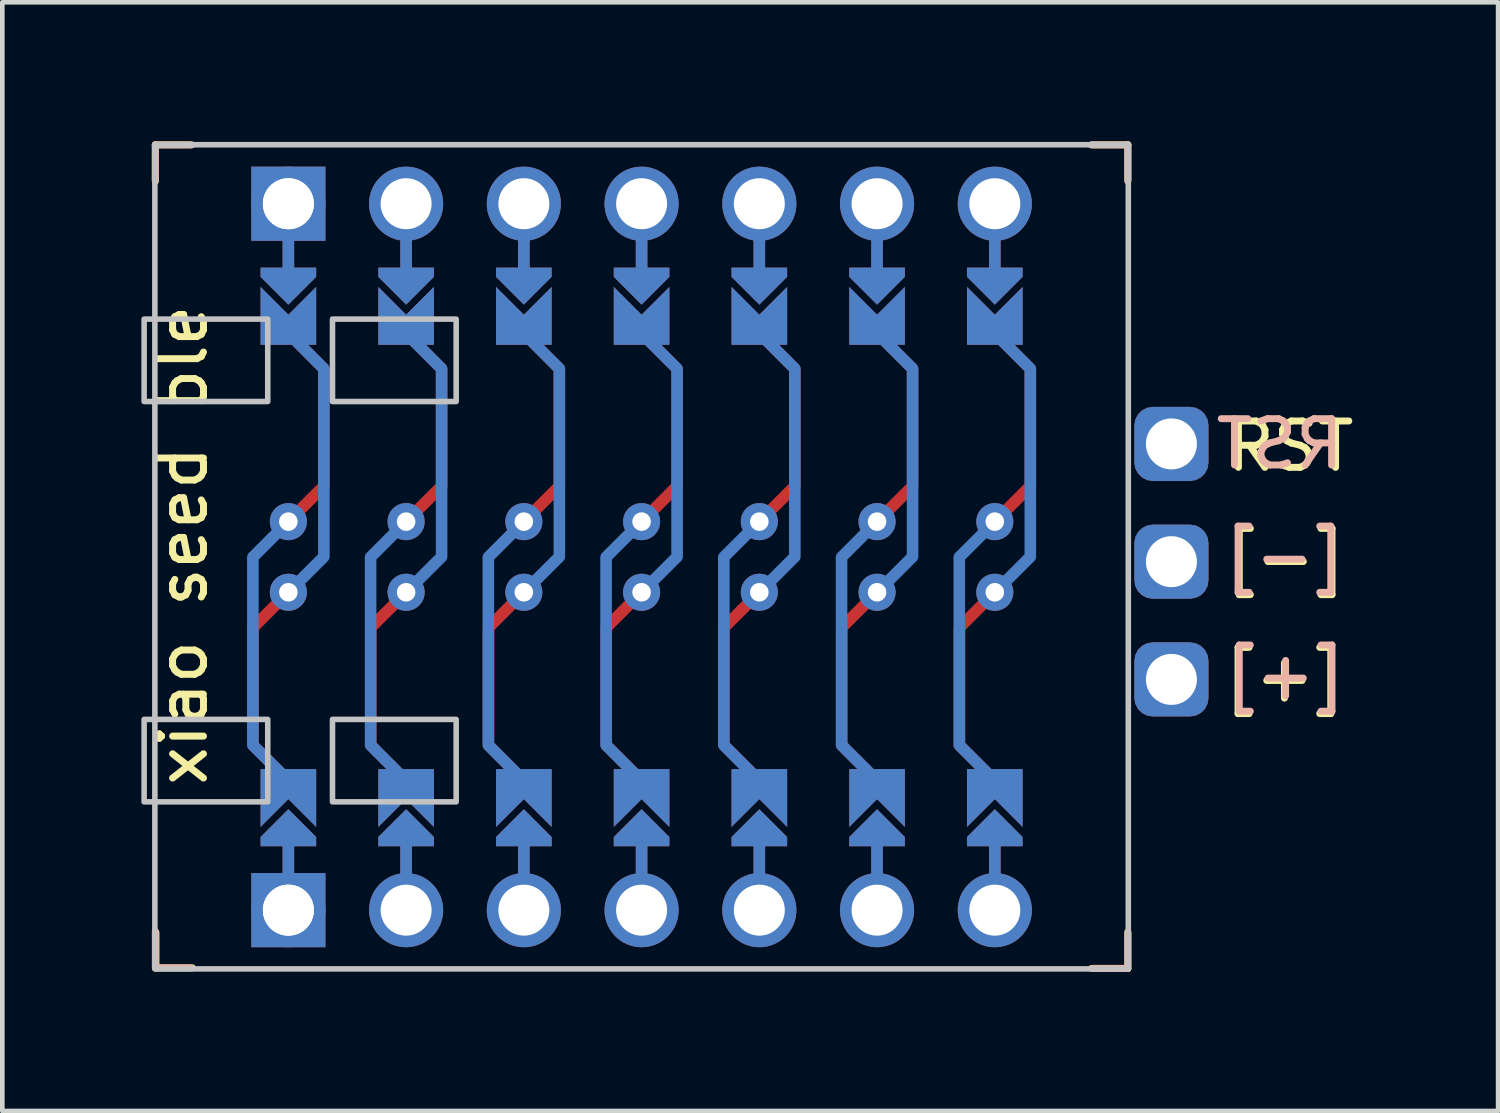
<source format=kicad_pcb>
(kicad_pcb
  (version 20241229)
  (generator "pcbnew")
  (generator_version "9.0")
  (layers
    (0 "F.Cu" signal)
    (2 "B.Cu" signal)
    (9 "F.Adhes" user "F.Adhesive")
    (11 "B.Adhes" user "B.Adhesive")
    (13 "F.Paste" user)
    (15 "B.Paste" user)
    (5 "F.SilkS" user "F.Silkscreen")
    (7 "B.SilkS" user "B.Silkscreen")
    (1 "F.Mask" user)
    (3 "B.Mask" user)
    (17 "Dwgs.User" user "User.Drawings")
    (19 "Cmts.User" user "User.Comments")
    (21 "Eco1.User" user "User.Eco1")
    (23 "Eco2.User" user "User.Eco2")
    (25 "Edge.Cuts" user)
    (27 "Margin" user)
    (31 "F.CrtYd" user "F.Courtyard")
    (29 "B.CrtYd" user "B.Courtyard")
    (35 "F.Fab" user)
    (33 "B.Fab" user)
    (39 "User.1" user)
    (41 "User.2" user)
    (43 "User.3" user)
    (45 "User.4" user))
  (footprint "xiao seed ble"
    (layer "F.Cu")
    (at 10.791 8.965)
    (property "Reference" "xiao seed ble" (at -9.906 -0.254 90) (layer "F.SilkS") (effects (font (size 1 1) (thickness 0.15))))
    (attr through_hole)
    (fp_circle (center -7.62 -0.762) (end -7.495 -0.762) (stroke (width 0.25) (type solid)) (fill no) (layer "F.Mask"))
    (fp_circle (center -7.62 0.762) (end -7.495 0.762) (stroke (width 0.25) (type solid)) (fill no) (layer "F.Mask"))
    (fp_circle (center -5.08 -0.762) (end -4.955 -0.762) (stroke (width 0.25) (type solid)) (fill no) (layer "F.Mask"))
    (fp_circle (center -5.08 0.762) (end -4.955 0.762) (stroke (width 0.25) (type solid)) (fill no) (layer "F.Mask"))
    (fp_circle (center -2.54 -0.762) (end -2.415 -0.762) (stroke (width 0.25) (type solid)) (fill no) (layer "F.Mask"))
    (fp_circle (center -2.54 0.762) (end -2.415 0.762) (stroke (width 0.25) (type solid)) (fill no) (layer "F.Mask"))
    (fp_circle (center 0 -0.762) (end 0.125 -0.762) (stroke (width 0.25) (type solid)) (fill no) (layer "F.Mask"))
    (fp_circle (center 0 0.762) (end 0.125 0.762) (stroke (width 0.25) (type solid)) (fill no) (layer "F.Mask"))
    (fp_circle (center 2.54 -0.762) (end 2.665 -0.762) (stroke (width 0.25) (type solid)) (fill no) (layer "F.Mask"))
    (fp_circle (center 2.54 0.762) (end 2.665 0.762) (stroke (width 0.25) (type solid)) (fill no) (layer "F.Mask"))
    (fp_circle (center 5.08 -0.762) (end 5.205 -0.762) (stroke (width 0.25) (type solid)) (fill no) (layer "F.Mask"))
    (fp_circle (center 5.08 0.762) (end 5.205 0.762) (stroke (width 0.25) (type solid)) (fill no) (layer "F.Mask"))
    (fp_circle (center 7.62 -0.762) (end 7.745 -0.762) (stroke (width 0.25) (type solid)) (fill no) (layer "F.Mask"))
    (fp_circle (center 7.62 0.762) (end 7.745 0.762) (stroke (width 0.25) (type solid)) (fill no) (layer "F.Mask"))
    (fp_poly (pts (xy -8.128 5.08) (xy -7.112 5.08) (xy -7.112 6.096) (xy -8.128 6.096)) (stroke (width 0.1) (type solid)) (fill yes) (layer "F.Mask"))
    (fp_poly (pts (xy -7.112 -5.08) (xy -8.128 -5.08) (xy -8.128 -6.096) (xy -7.112 -6.096)) (stroke (width 0.1) (type solid)) (fill yes) (layer "F.Mask"))
    (fp_poly (pts (xy -5.588 5.08) (xy -4.572 5.08) (xy -4.572 6.096) (xy -5.588 6.096)) (stroke (width 0.1) (type solid)) (fill yes) (layer "F.Mask"))
    (fp_poly (pts (xy -4.572 -5.08) (xy -5.588 -5.08) (xy -5.588 -6.096) (xy -4.572 -6.096)) (stroke (width 0.1) (type solid)) (fill yes) (layer "F.Mask"))
    (fp_poly (pts (xy -3.048 5.08) (xy -2.032 5.08) (xy -2.032 6.096) (xy -3.048 6.096)) (stroke (width 0.1) (type solid)) (fill yes) (layer "F.Mask"))
    (fp_poly (pts (xy -2.032 -5.08) (xy -3.048 -5.08) (xy -3.048 -6.096) (xy -2.032 -6.096)) (stroke (width 0.1) (type solid)) (fill yes) (layer "F.Mask"))
    (fp_poly (pts (xy -0.508 5.08) (xy 0.508 5.08) (xy 0.508 6.096) (xy -0.508 6.096)) (stroke (width 0.1) (type solid)) (fill yes) (layer "F.Mask"))
    (fp_poly (pts (xy 0.508 -5.08) (xy -0.508 -5.08) (xy -0.508 -6.096) (xy 0.508 -6.096)) (stroke (width 0.1) (type solid)) (fill yes) (layer "F.Mask"))
    (fp_poly (pts (xy 2.032 5.08) (xy 3.048 5.08) (xy 3.048 6.096) (xy 2.032 6.096)) (stroke (width 0.1) (type solid)) (fill yes) (layer "F.Mask"))
    (fp_poly (pts (xy 3.048 -5.08) (xy 2.032 -5.08) (xy 2.032 -6.096) (xy 3.048 -6.096)) (stroke (width 0.1) (type solid)) (fill yes) (layer "F.Mask"))
    (fp_poly (pts (xy 4.572 5.08) (xy 5.588 5.08) (xy 5.588 6.096) (xy 4.572 6.096)) (stroke (width 0.1) (type solid)) (fill yes) (layer "F.Mask"))
    (fp_poly (pts (xy 5.588 -5.08) (xy 4.572 -5.08) (xy 4.572 -6.096) (xy 5.588 -6.096)) (stroke (width 0.1) (type solid)) (fill yes) (layer "F.Mask"))
    (fp_poly (pts (xy 7.112 5.08) (xy 8.128 5.08) (xy 8.128 6.096) (xy 7.112 6.096)) (stroke (width 0.1) (type solid)) (fill yes) (layer "F.Mask"))
    (fp_poly (pts (xy 8.128 -5.08) (xy 7.112 -5.08) (xy 7.112 -6.096) (xy 8.128 -6.096)) (stroke (width 0.1) (type solid)) (fill yes) (layer "F.Mask"))
    (fp_circle (center -7.62 -0.762) (end -7.495 -0.762) (stroke (width 0.25) (type solid)) (fill no) (layer "B.Mask"))
    (fp_circle (center -7.62 0.762) (end -7.495 0.762) (stroke (width 0.25) (type solid)) (fill no) (layer "B.Mask"))
    (fp_circle (center -5.08 -0.762) (end -4.955 -0.762) (stroke (width 0.25) (type solid)) (fill no) (layer "B.Mask"))
    (fp_circle (center -5.08 0.762) (end -4.955 0.762) (stroke (width 0.25) (type solid)) (fill no) (layer "B.Mask"))
    (fp_circle (center -2.54 -0.762) (end -2.415 -0.762) (stroke (width 0.25) (type solid)) (fill no) (layer "B.Mask"))
    (fp_circle (center -2.54 0.762) (end -2.415 0.762) (stroke (width 0.25) (type solid)) (fill no) (layer "B.Mask"))
    (fp_circle (center 0 -0.762) (end 0.125 -0.762) (stroke (width 0.25) (type solid)) (fill no) (layer "B.Mask"))
    (fp_circle (center 0 0.762) (end 0.125 0.762) (stroke (width 0.25) (type solid)) (fill no) (layer "B.Mask"))
    (fp_circle (center 2.54 -0.762) (end 2.665 -0.762) (stroke (width 0.25) (type solid)) (fill no) (layer "B.Mask"))
    (fp_circle (center 2.54 0.762) (end 2.665 0.762) (stroke (width 0.25) (type solid)) (fill no) (layer "B.Mask"))
    (fp_circle (center 5.08 -0.762) (end 5.205 -0.762) (stroke (width 0.25) (type solid)) (fill no) (layer "B.Mask"))
    (fp_circle (center 5.08 0.762) (end 5.205 0.762) (stroke (width 0.25) (type solid)) (fill no) (layer "B.Mask"))
    (fp_circle (center 7.62 -0.762) (end 7.745 -0.762) (stroke (width 0.25) (type solid)) (fill no) (layer "B.Mask"))
    (fp_circle (center 7.62 0.762) (end 7.745 0.762) (stroke (width 0.25) (type solid)) (fill no) (layer "B.Mask"))
    (fp_poly (pts (xy -8.128 5.08) (xy -7.112 5.08) (xy -7.112 6.096) (xy -8.128 6.096)) (stroke (width 0.1) (type solid)) (fill yes) (layer "B.Mask"))
    (fp_poly (pts (xy -7.112 -5.08) (xy -8.128 -5.08) (xy -8.128 -6.096) (xy -7.112 -6.096)) (stroke (width 0.1) (type solid)) (fill yes) (layer "B.Mask"))
    (fp_poly (pts (xy -5.588 5.08) (xy -4.572 5.08) (xy -4.572 6.096) (xy -5.588 6.096)) (stroke (width 0.1) (type solid)) (fill yes) (layer "B.Mask"))
    (fp_poly (pts (xy -4.572 -5.08) (xy -5.588 -5.08) (xy -5.588 -6.096) (xy -4.572 -6.096)) (stroke (width 0.1) (type solid)) (fill yes) (layer "B.Mask"))
    (fp_poly (pts (xy -3.048 5.08) (xy -2.032 5.08) (xy -2.032 6.096) (xy -3.048 6.096)) (stroke (width 0.1) (type solid)) (fill yes) (layer "B.Mask"))
    (fp_poly (pts (xy -2.032 -5.08) (xy -3.048 -5.08) (xy -3.048 -6.096) (xy -2.032 -6.096)) (stroke (width 0.1) (type solid)) (fill yes) (layer "B.Mask"))
    (fp_poly (pts (xy -0.508 5.08) (xy 0.508 5.08) (xy 0.508 6.096) (xy -0.508 6.096)) (stroke (width 0.1) (type solid)) (fill yes) (layer "B.Mask"))
    (fp_poly (pts (xy 0.508 -5.08) (xy -0.508 -5.08) (xy -0.508 -6.096) (xy 0.508 -6.096)) (stroke (width 0.1) (type solid)) (fill yes) (layer "B.Mask"))
    (fp_poly (pts (xy 2.032 5.08) (xy 3.048 5.08) (xy 3.048 6.096) (xy 2.032 6.096)) (stroke (width 0.1) (type solid)) (fill yes) (layer "B.Mask"))
    (fp_poly (pts (xy 3.048 -5.08) (xy 2.032 -5.08) (xy 2.032 -6.096) (xy 3.048 -6.096)) (stroke (width 0.1) (type solid)) (fill yes) (layer "B.Mask"))
    (fp_poly (pts (xy 4.572 5.08) (xy 5.588 5.08) (xy 5.588 6.096) (xy 4.572 6.096)) (stroke (width 0.1) (type solid)) (fill yes) (layer "B.Mask"))
    (fp_poly (pts (xy 5.588 -5.08) (xy 4.572 -5.08) (xy 4.572 -6.096) (xy 5.588 -6.096)) (stroke (width 0.1) (type solid)) (fill yes) (layer "B.Mask"))
    (fp_poly (pts (xy 7.112 5.08) (xy 8.128 5.08) (xy 8.128 6.096) (xy 7.112 6.096)) (stroke (width 0.1) (type solid)) (fill yes) (layer "B.Mask"))
    (fp_poly (pts (xy 8.128 -5.08) (xy 7.112 -5.08) (xy 7.112 -6.096) (xy 8.128 -6.096)) (stroke (width 0.1) (type solid)) (fill yes) (layer "B.Mask"))
    (fp_line (start -10.49 -8.89) (end -10.49 -8.103) (stroke (width 0.15) (type solid)) (layer "F.SilkS"))
    (fp_line (start -10.477 8.103) (end -10.477 8.865) (stroke (width 0.15) (type solid)) (layer "F.SilkS"))
    (fp_line (start -10.477 8.865) (end -9.69 8.865) (stroke (width 0.15) (type solid)) (layer "F.SilkS"))
    (fp_line (start -9.728 -8.89) (end -10.49 -8.89) (stroke (width 0.15) (type solid)) (layer "F.SilkS"))
    (fp_line (start 9.728 8.877) (end 10.49 8.877) (stroke (width 0.15) (type solid)) (layer "F.SilkS"))
    (fp_line (start 10.49 -8.89) (end 9.703 -8.89) (stroke (width 0.15) (type solid)) (layer "F.SilkS"))
    (fp_line (start 10.49 -8.128) (end 10.49 -8.89) (stroke (width 0.15) (type solid)) (layer "F.SilkS"))
    (fp_line (start 10.49 8.877) (end 10.49 8.09) (stroke (width 0.15) (type solid)) (layer "F.SilkS"))
    (fp_line (start -10.49 -8.89) (end -9.703 -8.89) (stroke (width 0.15) (type solid)) (layer "B.SilkS"))
    (fp_line (start -10.49 -8.128) (end -10.49 -8.89) (stroke (width 0.15) (type solid)) (layer "B.SilkS"))
    (fp_line (start -10.49 8.865) (end -10.49 8.077) (stroke (width 0.15) (type solid)) (layer "B.SilkS"))
    (fp_line (start -9.728 8.865) (end -10.49 8.865) (stroke (width 0.15) (type solid)) (layer "B.SilkS"))
    (fp_line (start 9.728 -8.89) (end 10.49 -8.89) (stroke (width 0.15) (type solid)) (layer "B.SilkS"))
    (fp_line (start 10.49 8.115) (end 10.49 8.877) (stroke (width 0.15) (type solid)) (layer "B.SilkS"))
    (fp_line (start 10.49 8.877) (end 9.702 8.877) (stroke (width 0.15) (type solid)) (layer "B.SilkS"))
    (fp_line (start 10.49 -8.89) (end 10.49 -8.103) (stroke (width 0.15) (type solid)) (layer "B.SilkS"))
    (fp_rect (start -10.732 -3.353) (end -8.065 -5.131) (stroke (width 0.12) (type solid)) (fill no) (layer "Dwgs.User"))
    (fp_rect (start -8.065 3.505) (end -10.732 5.283) (stroke (width 0.12) (type solid)) (fill no) (layer "Dwgs.User"))
    (fp_rect (start -6.668 -3.353) (end -4 -5.131) (stroke (width 0.12) (type solid)) (fill no) (layer "Dwgs.User"))
    (fp_rect (start -6.668 5.283) (end -4 3.505) (stroke (width 0.12) (type solid)) (fill no) (layer "Dwgs.User"))
    (fp_rect (start 10.5 8.887) (end -10.5 -8.893) (stroke (width 0.12) (type solid)) (fill no) (layer "Dwgs.User"))
    (fp_text user "[-]" (at 13.894 0.025 0) (layer "F.SilkS") (effects (font (size 1 1) (thickness 0.15))))
    (fp_text user "RST" (at 13.995 -2.388 180) (layer "F.SilkS") (effects (font (size 1 1) (thickness 0.15))))
    (fp_text user "[+]" (at 13.868 2.591 0) (layer "F.SilkS") (effects (font (size 1 1) (thickness 0.15))))
    (fp_text user "RST" (at 13.767 -2.438 180) (layer "B.SilkS") (effects (font (size 1 1) (thickness 0.15)) (justify mirror)))
    (fp_text user "[+]" (at 13.894 2.54 0) (layer "B.SilkS") (effects (font (size 1 1) (thickness 0.15)) (justify mirror)))
    (fp_text user "[-]" (at 13.868 -0.025 0) (layer "B.SilkS") (effects (font (size 1 1) (thickness 0.15)) (justify mirror)))
    (pad "" thru_hole circle (at -7.62 -7.62) (size 1.6 1.6) (drill 1.1) (layers "*.Cu" "*.Mask"))
    (pad "" thru_hole rect (at -7.62 -7.62) (size 1.6 1.6) (drill 1.1) (layers "B.Cu" "B.Mask"))
    (pad "" smd custom (at -7.62 -6.35) (size 0.25 1) (layers "F.Cu") (options (anchor rect)) (primitives))
    (pad "" smd custom (at -7.62 -6.35) (size 0.25 1) (layers "B.Cu") (options (anchor rect)) (primitives))
    (pad "" smd custom (at -7.62 -5.842) (size 0.1 0.1) (layers "F.Cu" "F.Mask") (options (anchor rect)) (primitives (gr_poly (pts (xy 0.6 -0.4) (xy -0.6 -0.4) (xy -0.6 -0.2) (xy 0 0.4) (xy 0.6 -0.2)) (width 0) (fill yes))))
    (pad "" smd custom (at -7.62 -5.842) (size 0.1 0.1) (layers "B.Cu" "B.Mask") (options (anchor rect)) (primitives (gr_poly (pts (xy 0.6 -0.4) (xy -0.6 -0.4) (xy -0.6 -0.2) (xy 0 0.4) (xy 0.6 -0.2)) (width 0) (fill yes))))
    (pad "" smd custom (at -7.62 5.842 180) (size 0.1 0.1) (layers "F.Cu" "F.Mask") (options (anchor rect)) (primitives (gr_poly (pts (xy 0.6 -0.4) (xy -0.6 -0.4) (xy -0.6 -0.2) (xy 0 0.4) (xy 0.6 -0.2)) (width 0) (fill yes))))
    (pad "" smd custom (at -7.62 5.842 180) (size 0.1 0.1) (layers "B.Cu" "B.Mask") (options (anchor rect)) (primitives (gr_poly (pts (xy 0.6 -0.4) (xy -0.6 -0.4) (xy -0.6 -0.2) (xy 0 0.4) (xy 0.6 -0.2)) (width 0) (fill yes))))
    (pad "" smd custom (at -7.62 6.35 180) (size 0.25 1) (layers "F.Cu") (options (anchor rect)) (primitives))
    (pad "" smd custom (at -7.62 6.35 180) (size 0.25 1) (layers "B.Cu") (options (anchor rect)) (primitives))
    (pad "" thru_hole circle (at -7.62 7.62) (size 1.6 1.6) (drill 1.1) (layers "*.Cu" "*.Mask"))
    (pad "" thru_hole rect (at -7.62 7.62) (size 1.6 1.6) (drill 1.1) (layers "F.Cu" "F.Mask"))
    (pad "" thru_hole circle (at -5.08 -7.62) (size 1.6 1.6) (drill 1.1) (layers "*.Cu" "*.Mask"))
    (pad "" smd custom (at -5.08 -6.35) (size 0.25 1) (layers "F.Cu") (options (anchor rect)) (primitives))
    (pad "" smd custom (at -5.08 -6.35) (size 0.25 1) (layers "B.Cu") (options (anchor rect)) (primitives))
    (pad "" smd custom (at -5.08 -5.842) (size 0.1 0.1) (layers "F.Cu" "F.Mask") (options (anchor rect)) (primitives (gr_poly (pts (xy 0.6 -0.4) (xy -0.6 -0.4) (xy -0.6 -0.2) (xy 0 0.4) (xy 0.6 -0.2)) (width 0) (fill yes))))
    (pad "" smd custom (at -5.08 -5.842) (size 0.1 0.1) (layers "B.Cu" "B.Mask") (options (anchor rect)) (primitives (gr_poly (pts (xy 0.6 -0.4) (xy -0.6 -0.4) (xy -0.6 -0.2) (xy 0 0.4) (xy 0.6 -0.2)) (width 0) (fill yes))))
    (pad "" smd custom (at -5.08 5.842 180) (size 0.1 0.1) (layers "F.Cu" "F.Mask") (options (anchor rect)) (primitives (gr_poly (pts (xy 0.6 -0.4) (xy -0.6 -0.4) (xy -0.6 -0.2) (xy 0 0.4) (xy 0.6 -0.2)) (width 0) (fill yes))))
    (pad "" smd custom (at -5.08 5.842 180) (size 0.1 0.1) (layers "B.Cu" "B.Mask") (options (anchor rect)) (primitives (gr_poly (pts (xy 0.6 -0.4) (xy -0.6 -0.4) (xy -0.6 -0.2) (xy 0 0.4) (xy 0.6 -0.2)) (width 0) (fill yes))))
    (pad "" smd custom (at -5.08 6.35 180) (size 0.25 1) (layers "F.Cu") (options (anchor rect)) (primitives))
    (pad "" smd custom (at -5.08 6.35 180) (size 0.25 1) (layers "B.Cu") (options (anchor rect)) (primitives))
    (pad "" thru_hole circle (at -5.08 7.62) (size 1.6 1.6) (drill 1.1) (layers "*.Cu" "*.Mask"))
    (pad "" thru_hole circle (at -2.54 -7.62) (size 1.6 1.6) (drill 1.1) (layers "*.Cu" "*.Mask"))
    (pad "" smd custom (at -2.54 -6.35) (size 0.25 1) (layers "F.Cu") (options (anchor rect)) (primitives))
    (pad "" smd custom (at -2.54 -6.35) (size 0.25 1) (layers "B.Cu") (options (anchor rect)) (primitives))
    (pad "" smd custom (at -2.54 -5.842) (size 0.1 0.1) (layers "F.Cu" "F.Mask") (options (anchor rect)) (primitives (gr_poly (pts (xy 0.6 -0.4) (xy -0.6 -0.4) (xy -0.6 -0.2) (xy 0 0.4) (xy 0.6 -0.2)) (width 0) (fill yes))))
    (pad "" smd custom (at -2.54 -5.842) (size 0.1 0.1) (layers "B.Cu" "B.Mask") (options (anchor rect)) (primitives (gr_poly (pts (xy 0.6 -0.4) (xy -0.6 -0.4) (xy -0.6 -0.2) (xy 0 0.4) (xy 0.6 -0.2)) (width 0) (fill yes))))
    (pad "" smd custom (at -2.54 5.842 180) (size 0.1 0.1) (layers "F.Cu" "F.Mask") (options (anchor rect)) (primitives (gr_poly (pts (xy 0.6 -0.4) (xy -0.6 -0.4) (xy -0.6 -0.2) (xy 0 0.4) (xy 0.6 -0.2)) (width 0) (fill yes))))
    (pad "" smd custom (at -2.54 5.842 180) (size 0.1 0.1) (layers "B.Cu" "B.Mask") (options (anchor rect)) (primitives (gr_poly (pts (xy 0.6 -0.4) (xy -0.6 -0.4) (xy -0.6 -0.2) (xy 0 0.4) (xy 0.6 -0.2)) (width 0) (fill yes))))
    (pad "" smd custom (at -2.54 6.35 180) (size 0.25 1) (layers "F.Cu") (options (anchor rect)) (primitives))
    (pad "" smd custom (at -2.54 6.35 180) (size 0.25 1) (layers "B.Cu") (options (anchor rect)) (primitives))
    (pad "" thru_hole circle (at -2.54 7.62) (size 1.6 1.6) (drill 1.1) (layers "*.Cu" "*.Mask"))
    (pad "" thru_hole circle (at 0 -7.62) (size 1.6 1.6) (drill 1.1) (layers "*.Cu" "*.Mask"))
    (pad "" smd custom (at 0 -6.35) (size 0.25 1) (layers "F.Cu") (options (anchor rect)) (primitives))
    (pad "" smd custom (at 0 -6.35) (size 0.25 1) (layers "B.Cu") (options (anchor rect)) (primitives))
    (pad "" smd custom (at 0 -5.842) (size 0.1 0.1) (layers "F.Cu" "F.Mask") (options (anchor rect)) (primitives (gr_poly (pts (xy 0.6 -0.4) (xy -0.6 -0.4) (xy -0.6 -0.2) (xy 0 0.4) (xy 0.6 -0.2)) (width 0) (fill yes))))
    (pad "" smd custom (at 0 -5.842) (size 0.1 0.1) (layers "B.Cu" "B.Mask") (options (anchor rect)) (primitives (gr_poly (pts (xy 0.6 -0.4) (xy -0.6 -0.4) (xy -0.6 -0.2) (xy 0 0.4) (xy 0.6 -0.2)) (width 0) (fill yes))))
    (pad "" smd custom (at 0 5.842 180) (size 0.1 0.1) (layers "F.Cu" "F.Mask") (options (anchor rect)) (primitives (gr_poly (pts (xy 0.6 -0.4) (xy -0.6 -0.4) (xy -0.6 -0.2) (xy 0 0.4) (xy 0.6 -0.2)) (width 0) (fill yes))))
    (pad "" smd custom (at 0 5.842 180) (size 0.1 0.1) (layers "B.Cu" "B.Mask") (options (anchor rect)) (primitives (gr_poly (pts (xy 0.6 -0.4) (xy -0.6 -0.4) (xy -0.6 -0.2) (xy 0 0.4) (xy 0.6 -0.2)) (width 0) (fill yes))))
    (pad "" smd custom (at 0 6.35 180) (size 0.25 1) (layers "F.Cu") (options (anchor rect)) (primitives))
    (pad "" smd custom (at 0 6.35 180) (size 0.25 1) (layers "B.Cu") (options (anchor rect)) (primitives))
    (pad "" thru_hole circle (at 0 7.62) (size 1.6 1.6) (drill 1.1) (layers "*.Cu" "*.Mask"))
    (pad "" thru_hole circle (at 2.54 -7.62) (size 1.6 1.6) (drill 1.1) (layers "*.Cu" "*.Mask"))
    (pad "" smd custom (at 2.54 -6.35) (size 0.25 1) (layers "F.Cu") (options (anchor rect)) (primitives))
    (pad "" smd custom (at 2.54 -6.35) (size 0.25 1) (layers "B.Cu") (options (anchor rect)) (primitives))
    (pad "" smd custom (at 2.54 -5.842) (size 0.1 0.1) (layers "F.Cu" "F.Mask") (options (anchor rect)) (primitives (gr_poly (pts (xy 0.6 -0.4) (xy -0.6 -0.4) (xy -0.6 -0.2) (xy 0 0.4) (xy 0.6 -0.2)) (width 0) (fill yes))))
    (pad "" smd custom (at 2.54 -5.842) (size 0.1 0.1) (layers "B.Cu" "B.Mask") (options (anchor rect)) (primitives (gr_poly (pts (xy 0.6 -0.4) (xy -0.6 -0.4) (xy -0.6 -0.2) (xy 0 0.4) (xy 0.6 -0.2)) (width 0) (fill yes))))
    (pad "" smd custom (at 2.54 5.842 180) (size 0.1 0.1) (layers "F.Cu" "F.Mask") (options (anchor rect)) (primitives (gr_poly (pts (xy 0.6 -0.4) (xy -0.6 -0.4) (xy -0.6 -0.2) (xy 0 0.4) (xy 0.6 -0.2)) (width 0) (fill yes))))
    (pad "" smd custom (at 2.54 5.842 180) (size 0.1 0.1) (layers "B.Cu" "B.Mask") (options (anchor rect)) (primitives (gr_poly (pts (xy 0.6 -0.4) (xy -0.6 -0.4) (xy -0.6 -0.2) (xy 0 0.4) (xy 0.6 -0.2)) (width 0) (fill yes))))
    (pad "" smd custom (at 2.54 6.35 180) (size 0.25 1) (layers "F.Cu") (options (anchor rect)) (primitives))
    (pad "" smd custom (at 2.54 6.35 180) (size 0.25 1) (layers "B.Cu") (options (anchor rect)) (primitives))
    (pad "" thru_hole circle (at 2.54 7.62) (size 1.6 1.6) (drill 1.1) (layers "*.Cu" "*.Mask"))
    (pad "" thru_hole circle (at 5.08 -7.62) (size 1.6 1.6) (drill 1.1) (layers "*.Cu" "*.Mask"))
    (pad "" smd custom (at 5.08 -6.35) (size 0.25 1) (layers "F.Cu") (options (anchor rect)) (primitives))
    (pad "" smd custom (at 5.08 -6.35) (size 0.25 1) (layers "B.Cu") (options (anchor rect)) (primitives))
    (pad "" smd custom (at 5.08 -5.842) (size 0.1 0.1) (layers "F.Cu" "F.Mask") (options (anchor rect)) (primitives (gr_poly (pts (xy 0.6 -0.4) (xy -0.6 -0.4) (xy -0.6 -0.2) (xy 0 0.4) (xy 0.6 -0.2)) (width 0) (fill yes))))
    (pad "" smd custom (at 5.08 -5.842) (size 0.1 0.1) (layers "B.Cu" "B.Mask") (options (anchor rect)) (primitives (gr_poly (pts (xy 0.6 -0.4) (xy -0.6 -0.4) (xy -0.6 -0.2) (xy 0 0.4) (xy 0.6 -0.2)) (width 0) (fill yes))))
    (pad "" smd custom (at 5.08 5.842 180) (size 0.1 0.1) (layers "F.Cu" "F.Mask") (options (anchor rect)) (primitives (gr_poly (pts (xy 0.6 -0.4) (xy -0.6 -0.4) (xy -0.6 -0.2) (xy 0 0.4) (xy 0.6 -0.2)) (width 0) (fill yes))))
    (pad "" smd custom (at 5.08 5.842 180) (size 0.1 0.1) (layers "B.Cu" "B.Mask") (options (anchor rect)) (primitives (gr_poly (pts (xy 0.6 -0.4) (xy -0.6 -0.4) (xy -0.6 -0.2) (xy 0 0.4) (xy 0.6 -0.2)) (width 0) (fill yes))))
    (pad "" smd custom (at 5.08 6.35 180) (size 0.25 1) (layers "F.Cu") (options (anchor rect)) (primitives))
    (pad "" smd custom (at 5.08 6.35 180) (size 0.25 1) (layers "B.Cu") (options (anchor rect)) (primitives))
    (pad "" thru_hole circle (at 5.08 7.62) (size 1.6 1.6) (drill 1.1) (layers "*.Cu" "*.Mask"))
    (pad "" thru_hole circle (at 7.62 -7.62) (size 1.6 1.6) (drill 1.1) (layers "*.Cu" "*.Mask"))
    (pad "" smd custom (at 7.62 -6.35) (size 0.25 1) (layers "F.Cu") (options (anchor rect)) (primitives))
    (pad "" smd custom (at 7.62 -6.35) (size 0.25 1) (layers "B.Cu") (options (anchor rect)) (primitives))
    (pad "" smd custom (at 7.62 -5.842) (size 0.1 0.1) (layers "F.Cu" "F.Mask") (options (anchor rect)) (primitives (gr_poly (pts (xy 0.6 -0.4) (xy -0.6 -0.4) (xy -0.6 -0.2) (xy 0 0.4) (xy 0.6 -0.2)) (width 0) (fill yes))))
    (pad "" smd custom (at 7.62 -5.842) (size 0.1 0.1) (layers "B.Cu" "B.Mask") (options (anchor rect)) (primitives (gr_poly (pts (xy 0.6 -0.4) (xy -0.6 -0.4) (xy -0.6 -0.2) (xy 0 0.4) (xy 0.6 -0.2)) (width 0) (fill yes))))
    (pad "" smd custom (at 7.62 5.842 180) (size 0.1 0.1) (layers "F.Cu" "F.Mask") (options (anchor rect)) (primitives (gr_poly (pts (xy 0.6 -0.4) (xy -0.6 -0.4) (xy -0.6 -0.2) (xy 0 0.4) (xy 0.6 -0.2)) (width 0) (fill yes))))
    (pad "" smd custom (at 7.62 5.842 180) (size 0.1 0.1) (layers "B.Cu" "B.Mask") (options (anchor rect)) (primitives (gr_poly (pts (xy 0.6 -0.4) (xy -0.6 -0.4) (xy -0.6 -0.2) (xy 0 0.4) (xy 0.6 -0.2)) (width 0) (fill yes))))
    (pad "" smd custom (at 7.62 6.35 180) (size 0.25 1) (layers "F.Cu") (options (anchor rect)) (primitives))
    (pad "" smd custom (at 7.62 6.35 180) (size 0.25 1) (layers "B.Cu") (options (anchor rect)) (primitives))
    (pad "" thru_hole circle (at 7.62 7.62) (size 1.6 1.6) (drill 1.1) (layers "*.Cu" "*.Mask"))
    (pad "1" smd custom (at -7.62 -4.826) (size 1.2 0.5) (layers "F.Cu" "F.Mask") (options (anchor rect)) (primitives (gr_poly (pts (xy 0.6 0) (xy -0.6 0) (xy -0.6 -1) (xy 0 -0.4) (xy 0.6 -1)) (width 0) (fill yes))))
    (pad "1" smd custom (at -7.62 -0.762) (size 0.25 0.25) (layers "F.Cu") (options (anchor circle)) (primitives (gr_line (start 0 0) (end 0.766 -0.766) (width 0.25)) (gr_line (start 0.766 -0.766) (end 0.766 -3.298) (width 0.25)) (gr_line (start 0.766 -3.298) (end 0 -4.064) (width 0.25))))
    (pad "1" smd custom (at -7.62 -0.762) (size 0.25 0.25) (layers "B.Cu") (options (anchor circle)) (primitives (gr_line (start 0 0) (end -0.766 0.766) (width 0.25)) (gr_line (start -0.766 0.766) (end -0.766 4.822) (width 0.25)) (gr_line (start -0.766 4.822) (end 0 5.588) (width 0.25))))
    (pad "1" thru_hole circle (at -7.62 -0.762 180) (size 0.8 0.8) (drill 0.4) (layers "*.Cu"))
    (pad "1" smd custom (at -7.62 4.826 180) (size 1.2 0.5) (layers "B.Cu" "B.Mask") (options (anchor rect)) (primitives (gr_poly (pts (xy 0.6 0) (xy -0.6 0) (xy -0.6 -1) (xy 0 -0.4) (xy 0.6 -1)) (width 0) (fill yes))))
    (pad "2" smd custom (at -5.08 -4.826) (size 1.2 0.5) (layers "F.Cu" "F.Mask") (options (anchor rect)) (primitives (gr_poly (pts (xy 0.6 0) (xy -0.6 0) (xy -0.6 -1) (xy 0 -0.4) (xy 0.6 -1)) (width 0) (fill yes))))
    (pad "2" smd custom (at -5.08 -0.762) (size 0.25 0.25) (layers "F.Cu") (options (anchor circle)) (primitives (gr_line (start 0 0) (end 0.766 -0.766) (width 0.25)) (gr_line (start 0.766 -0.766) (end 0.766 -3.298) (width 0.25)) (gr_line (start 0.766 -3.298) (end 0 -4.064) (width 0.25))))
    (pad "2" smd custom (at -5.08 -0.762) (size 0.25 0.25) (layers "B.Cu") (options (anchor circle)) (primitives (gr_line (start 0 0) (end -0.766 0.766) (width 0.25)) (gr_line (start -0.766 0.766) (end -0.766 4.822) (width 0.25)) (gr_line (start -0.766 4.822) (end 0 5.588) (width 0.25))))
    (pad "2" thru_hole circle (at -5.08 -0.762 180) (size 0.8 0.8) (drill 0.4) (layers "*.Cu"))
    (pad "2" smd custom (at -5.08 4.826 180) (size 1.2 0.5) (layers "B.Cu" "B.Mask") (options (anchor rect)) (primitives (gr_poly (pts (xy 0.6 0) (xy -0.6 0) (xy -0.6 -1) (xy 0 -0.4) (xy 0.6 -1)) (width 0) (fill yes))))
    (pad "3" smd custom (at -2.54 -4.826) (size 1.2 0.5) (layers "F.Cu" "F.Mask") (options (anchor rect)) (primitives (gr_poly (pts (xy 0.6 0) (xy -0.6 0) (xy -0.6 -1) (xy 0 -0.4) (xy 0.6 -1)) (width 0) (fill yes))))
    (pad "3" smd custom (at -2.54 -0.762) (size 0.25 0.25) (layers "F.Cu") (options (anchor circle)) (primitives (gr_line (start 0 0) (end 0.766 -0.766) (width 0.25)) (gr_line (start 0.766 -0.766) (end 0.766 -3.298) (width 0.25)) (gr_line (start 0.766 -3.298) (end 0 -4.064) (width 0.25))))
    (pad "3" smd custom (at -2.54 -0.762) (size 0.25 0.25) (layers "B.Cu") (options (anchor circle)) (primitives (gr_line (start 0 0) (end -0.766 0.766) (width 0.25)) (gr_line (start -0.766 0.766) (end -0.766 4.822) (width 0.25)) (gr_line (start -0.766 4.822) (end 0 5.588) (width 0.25))))
    (pad "3" thru_hole circle (at -2.54 -0.762 180) (size 0.8 0.8) (drill 0.4) (layers "*.Cu"))
    (pad "3" smd custom (at -2.54 4.826 180) (size 1.2 0.5) (layers "B.Cu" "B.Mask") (options (anchor rect)) (primitives (gr_poly (pts (xy 0.6 0) (xy -0.6 0) (xy -0.6 -1) (xy 0 -0.4) (xy 0.6 -1)) (width 0) (fill yes))))
    (pad "4" smd custom (at 0 -4.826) (size 1.2 0.5) (layers "F.Cu" "F.Mask") (options (anchor rect)) (primitives (gr_poly (pts (xy 0.6 0) (xy -0.6 0) (xy -0.6 -1) (xy 0 -0.4) (xy 0.6 -1)) (width 0) (fill yes))))
    (pad "4" smd custom (at 0 -0.762) (size 0.25 0.25) (layers "F.Cu") (options (anchor circle)) (primitives (gr_line (start 0 0) (end 0.766 -0.766) (width 0.25)) (gr_line (start 0.766 -0.766) (end 0.766 -3.298) (width 0.25)) (gr_line (start 0.766 -3.298) (end 0 -4.064) (width 0.25))))
    (pad "4" smd custom (at 0 -0.762) (size 0.25 0.25) (layers "B.Cu") (options (anchor circle)) (primitives (gr_line (start 0 0) (end -0.766 0.766) (width 0.25)) (gr_line (start -0.766 0.766) (end -0.766 4.822) (width 0.25)) (gr_line (start -0.766 4.822) (end 0 5.588) (width 0.25))))
    (pad "4" thru_hole circle (at 0 -0.762 180) (size 0.8 0.8) (drill 0.4) (layers "*.Cu"))
    (pad "4" smd custom (at 0 4.826 180) (size 1.2 0.5) (layers "B.Cu" "B.Mask") (options (anchor rect)) (primitives (gr_poly (pts (xy 0.6 0) (xy -0.6 0) (xy -0.6 -1) (xy 0 -0.4) (xy 0.6 -1)) (width 0) (fill yes))))
    (pad "5" smd custom (at 2.54 -4.826) (size 1.2 0.5) (layers "F.Cu" "F.Mask") (options (anchor rect)) (primitives (gr_poly (pts (xy 0.6 0) (xy -0.6 0) (xy -0.6 -1) (xy 0 -0.4) (xy 0.6 -1)) (width 0) (fill yes))))
    (pad "5" smd custom (at 2.54 -0.762) (size 0.25 0.25) (layers "F.Cu") (options (anchor circle)) (primitives (gr_line (start 0 0) (end 0.766 -0.766) (width 0.25)) (gr_line (start 0.766 -0.766) (end 0.766 -3.298) (width 0.25)) (gr_line (start 0.766 -3.298) (end 0 -4.064) (width 0.25))))
    (pad "5" smd custom (at 2.54 -0.762) (size 0.25 0.25) (layers "B.Cu") (options (anchor circle)) (primitives (gr_line (start 0 0) (end -0.766 0.766) (width 0.25)) (gr_line (start -0.766 0.766) (end -0.766 4.822) (width 0.25)) (gr_line (start -0.766 4.822) (end 0 5.588) (width 0.25))))
    (pad "5" thru_hole circle (at 2.54 -0.762 180) (size 0.8 0.8) (drill 0.4) (layers "*.Cu"))
    (pad "5" smd custom (at 2.54 4.826 180) (size 1.2 0.5) (layers "B.Cu" "B.Mask") (options (anchor rect)) (primitives (gr_poly (pts (xy 0.6 0) (xy -0.6 0) (xy -0.6 -1) (xy 0 -0.4) (xy 0.6 -1)) (width 0) (fill yes))))
    (pad "6" smd custom (at 5.08 -4.826) (size 1.2 0.5) (layers "F.Cu" "F.Mask") (options (anchor rect)) (primitives (gr_poly (pts (xy 0.6 0) (xy -0.6 0) (xy -0.6 -1) (xy 0 -0.4) (xy 0.6 -1)) (width 0) (fill yes))))
    (pad "6" smd custom (at 5.08 -0.762) (size 0.25 0.25) (layers "F.Cu") (options (anchor circle)) (primitives (gr_line (start 0 0) (end 0.766 -0.766) (width 0.25)) (gr_line (start 0.766 -0.766) (end 0.766 -3.298) (width 0.25)) (gr_line (start 0.766 -3.298) (end 0 -4.064) (width 0.25))))
    (pad "6" smd custom (at 5.08 -0.762) (size 0.25 0.25) (layers "B.Cu") (options (anchor circle)) (primitives (gr_line (start 0 0) (end -0.766 0.766) (width 0.25)) (gr_line (start -0.766 0.766) (end -0.766 4.822) (width 0.25)) (gr_line (start -0.766 4.822) (end 0 5.588) (width 0.25))))
    (pad "6" thru_hole circle (at 5.08 -0.762 180) (size 0.8 0.8) (drill 0.4) (layers "*.Cu"))
    (pad "6" smd custom (at 5.08 4.826 180) (size 1.2 0.5) (layers "B.Cu" "B.Mask") (options (anchor rect)) (primitives (gr_poly (pts (xy 0.6 0) (xy -0.6 0) (xy -0.6 -1) (xy 0 -0.4) (xy 0.6 -1)) (width 0) (fill yes))))
    (pad "7" smd custom (at 7.62 -4.826) (size 1.2 0.5) (layers "F.Cu" "F.Mask") (options (anchor rect)) (primitives (gr_poly (pts (xy 0.6 0) (xy -0.6 0) (xy -0.6 -1) (xy 0 -0.4) (xy 0.6 -1)) (width 0) (fill yes))))
    (pad "7" smd custom (at 7.62 -0.762) (size 0.25 0.25) (layers "F.Cu") (options (anchor circle)) (primitives (gr_line (start 0 0) (end 0.766 -0.766) (width 0.25)) (gr_line (start 0.766 -0.766) (end 0.766 -3.298) (width 0.25)) (gr_line (start 0.766 -3.298) (end 0 -4.064) (width 0.25))))
    (pad "7" smd custom (at 7.62 -0.762) (size 0.25 0.25) (layers "B.Cu") (options (anchor circle)) (primitives (gr_line (start 0 0) (end -0.766 0.766) (width 0.25)) (gr_line (start -0.766 0.766) (end -0.766 4.822) (width 0.25)) (gr_line (start -0.766 4.822) (end 0 5.588) (width 0.25))))
    (pad "7" thru_hole circle (at 7.62 -0.762 180) (size 0.8 0.8) (drill 0.4) (layers "*.Cu"))
    (pad "7" smd custom (at 7.62 4.826 180) (size 1.2 0.5) (layers "B.Cu" "B.Mask") (options (anchor rect)) (primitives (gr_poly (pts (xy 0.6 0) (xy -0.6 0) (xy -0.6 -1) (xy 0 -0.4) (xy 0.6 -1)) (width 0) (fill yes))))
    (pad "8" smd custom (at 7.62 -4.826) (size 1.2 0.5) (layers "B.Cu" "B.Mask") (options (anchor rect)) (primitives (gr_poly (pts (xy 0.6 0) (xy -0.6 0) (xy -0.6 -1) (xy 0 -0.4) (xy 0.6 -1)) (width 0) (fill yes))))
    (pad "8" smd custom (at 7.62 0.762 180) (size 0.25 0.25) (layers "F.Cu") (options (anchor circle)) (primitives (gr_line (start 0 0) (end 0.762 -0.762) (width 0.25)) (gr_line (start 0.762 -0.762) (end 0.762 -3.302) (width 0.25)) (gr_line (start 0.762 -3.302) (end 0 -4.064) (width 0.25))))
    (pad "8" smd custom (at 7.62 0.762 180) (size 0.25 0.25) (layers "B.Cu") (options (anchor circle)) (primitives (gr_line (start 0 0) (end -0.766 0.766) (width 0.25)) (gr_line (start -0.766 0.766) (end -0.766 4.822) (width 0.25)) (gr_line (start -0.766 4.822) (end 0 5.588) (width 0.25))))
    (pad "8" thru_hole circle (at 7.62 0.762 180) (size 0.8 0.8) (drill 0.4) (layers "*.Cu"))
    (pad "8" smd custom (at 7.62 4.826 180) (size 1.2 0.5) (layers "F.Cu" "F.Mask") (options (anchor rect)) (primitives (gr_poly (pts (xy 0.6 0) (xy -0.6 0) (xy -0.6 -1) (xy 0 -0.4) (xy 0.6 -1)) (width 0) (fill yes))))
    (pad "9" smd custom (at 5.08 -4.826) (size 1.2 0.5) (layers "B.Cu" "B.Mask") (options (anchor rect)) (primitives (gr_poly (pts (xy 0.6 0) (xy -0.6 0) (xy -0.6 -1) (xy 0 -0.4) (xy 0.6 -1)) (width 0) (fill yes))))
    (pad "9" smd custom (at 5.08 0.762 180) (size 0.25 0.25) (layers "F.Cu") (options (anchor circle)) (primitives (gr_line (start 0 0) (end 0.762 -0.762) (width 0.25)) (gr_line (start 0.762 -0.762) (end 0.762 -3.302) (width 0.25)) (gr_line (start 0.762 -3.302) (end 0 -4.064) (width 0.25))))
    (pad "9" smd custom (at 5.08 0.762 180) (size 0.25 0.25) (layers "B.Cu") (options (anchor circle)) (primitives (gr_line (start 0 0) (end -0.766 0.766) (width 0.25)) (gr_line (start -0.766 0.766) (end -0.766 4.822) (width 0.25)) (gr_line (start -0.766 4.822) (end 0 5.588) (width 0.25))))
    (pad "9" thru_hole circle (at 5.08 0.762 180) (size 0.8 0.8) (drill 0.4) (layers "*.Cu"))
    (pad "9" smd custom (at 5.08 4.826 180) (size 1.2 0.5) (layers "F.Cu" "F.Mask") (options (anchor rect)) (primitives (gr_poly (pts (xy 0.6 0) (xy -0.6 0) (xy -0.6 -1) (xy 0 -0.4) (xy 0.6 -1)) (width 0) (fill yes))))
    (pad "10" smd custom (at 2.54 -4.826) (size 1.2 0.5) (layers "B.Cu" "B.Mask") (options (anchor rect)) (primitives (gr_poly (pts (xy 0.6 0) (xy -0.6 0) (xy -0.6 -1) (xy 0 -0.4) (xy 0.6 -1)) (width 0) (fill yes))))
    (pad "10" smd custom (at 2.54 0.762 180) (size 0.25 0.25) (layers "F.Cu") (options (anchor circle)) (primitives (gr_line (start 0 0) (end 0.762 -0.762) (width 0.25)) (gr_line (start 0.762 -0.762) (end 0.762 -3.302) (width 0.25)) (gr_line (start 0.762 -3.302) (end 0 -4.064) (width 0.25))))
    (pad "10" smd custom (at 2.54 0.762 180) (size 0.25 0.25) (layers "B.Cu") (options (anchor circle)) (primitives (gr_line (start 0 0) (end -0.766 0.766) (width 0.25)) (gr_line (start -0.766 0.766) (end -0.766 4.822) (width 0.25)) (gr_line (start -0.766 4.822) (end 0 5.588) (width 0.25))))
    (pad "10" thru_hole circle (at 2.54 0.762 180) (size 0.8 0.8) (drill 0.4) (layers "*.Cu"))
    (pad "10" smd custom (at 2.54 4.826 180) (size 1.2 0.5) (layers "F.Cu" "F.Mask") (options (anchor rect)) (primitives (gr_poly (pts (xy 0.6 0) (xy -0.6 0) (xy -0.6 -1) (xy 0 -0.4) (xy 0.6 -1)) (width 0) (fill yes))))
    (pad "11" smd custom (at 0 -4.826) (size 1.2 0.5) (layers "B.Cu" "B.Mask") (options (anchor rect)) (primitives (gr_poly (pts (xy 0.6 0) (xy -0.6 0) (xy -0.6 -1) (xy 0 -0.4) (xy 0.6 -1)) (width 0) (fill yes))))
    (pad "11" smd custom (at 0 0.762 180) (size 0.25 0.25) (layers "F.Cu") (options (anchor circle)) (primitives (gr_line (start 0 0) (end 0.762 -0.762) (width 0.25)) (gr_line (start 0.762 -0.762) (end 0.762 -3.302) (width 0.25)) (gr_line (start 0.762 -3.302) (end 0 -4.064) (width 0.25))))
    (pad "11" smd custom (at 0 0.762 180) (size 0.25 0.25) (layers "B.Cu") (options (anchor circle)) (primitives (gr_line (start 0 0) (end -0.766 0.766) (width 0.25)) (gr_line (start -0.766 0.766) (end -0.766 4.822) (width 0.25)) (gr_line (start -0.766 4.822) (end 0 5.588) (width 0.25))))
    (pad "11" thru_hole circle (at 0 0.762 180) (size 0.8 0.8) (drill 0.4) (layers "*.Cu"))
    (pad "11" smd custom (at 0 4.826 180) (size 1.2 0.5) (layers "F.Cu" "F.Mask") (options (anchor rect)) (primitives (gr_poly (pts (xy 0.6 0) (xy -0.6 0) (xy -0.6 -1) (xy 0 -0.4) (xy 0.6 -1)) (width 0) (fill yes))))
    (pad "12" smd custom (at -2.54 -4.826) (size 1.2 0.5) (layers "B.Cu" "B.Mask") (options (anchor rect)) (primitives (gr_poly (pts (xy 0.6 0) (xy -0.6 0) (xy -0.6 -1) (xy 0 -0.4) (xy 0.6 -1)) (width 0) (fill yes))))
    (pad "12" smd custom (at -2.54 0.762 180) (size 0.25 0.25) (layers "F.Cu") (options (anchor circle)) (primitives (gr_line (start 0 0) (end 0.762 -0.762) (width 0.25)) (gr_line (start 0.762 -0.762) (end 0.762 -3.302) (width 0.25)) (gr_line (start 0.762 -3.302) (end 0 -4.064) (width 0.25))))
    (pad "12" smd custom (at -2.54 0.762 180) (size 0.25 0.25) (layers "B.Cu") (options (anchor circle)) (primitives (gr_line (start 0 0) (end -0.766 0.766) (width 0.25)) (gr_line (start -0.766 0.766) (end -0.766 4.822) (width 0.25)) (gr_line (start -0.766 4.822) (end 0 5.588) (width 0.25))))
    (pad "12" thru_hole circle (at -2.54 0.762 180) (size 0.8 0.8) (drill 0.4) (layers "*.Cu"))
    (pad "12" smd custom (at -2.54 4.826 180) (size 1.2 0.5) (layers "F.Cu" "F.Mask") (options (anchor rect)) (primitives (gr_poly (pts (xy 0.6 0) (xy -0.6 0) (xy -0.6 -1) (xy 0 -0.4) (xy 0.6 -1)) (width 0) (fill yes))))
    (pad "13" smd custom (at -5.08 -4.826) (size 1.2 0.5) (layers "B.Cu" "B.Mask") (options (anchor rect)) (primitives (gr_poly (pts (xy 0.6 0) (xy -0.6 0) (xy -0.6 -1) (xy 0 -0.4) (xy 0.6 -1)) (width 0) (fill yes))))
    (pad "13" smd custom (at -5.08 0.762 180) (size 0.25 0.25) (layers "F.Cu") (options (anchor circle)) (primitives (gr_line (start 0 0) (end 0.762 -0.762) (width 0.25)) (gr_line (start 0.762 -0.762) (end 0.762 -3.302) (width 0.25)) (gr_line (start 0.762 -3.302) (end 0 -4.064) (width 0.25))))
    (pad "13" smd custom (at -5.08 0.762 180) (size 0.25 0.25) (layers "B.Cu") (options (anchor circle)) (primitives (gr_line (start 0 0) (end -0.766 0.766) (width 0.25)) (gr_line (start -0.766 0.766) (end -0.766 4.822) (width 0.25)) (gr_line (start -0.766 4.822) (end 0 5.588) (width 0.25))))
    (pad "13" thru_hole circle (at -5.08 0.762 180) (size 0.8 0.8) (drill 0.4) (layers "*.Cu"))
    (pad "13" smd custom (at -5.08 4.826 180) (size 1.2 0.5) (layers "F.Cu" "F.Mask") (options (anchor rect)) (primitives (gr_poly (pts (xy 0.6 0) (xy -0.6 0) (xy -0.6 -1) (xy 0 -0.4) (xy 0.6 -1)) (width 0) (fill yes))))
    (pad "14" smd custom (at -7.62 -4.826) (size 1.2 0.5) (layers "B.Cu" "B.Mask") (options (anchor rect)) (primitives (gr_poly (pts (xy 0.6 0) (xy -0.6 0) (xy -0.6 -1) (xy 0 -0.4) (xy 0.6 -1)) (width 0) (fill yes))))
    (pad "14" smd custom (at -7.62 0.762 180) (size 0.25 0.25) (layers "F.Cu") (options (anchor circle)) (primitives (gr_line (start 0 0) (end 0.762 -0.762) (width 0.25)) (gr_line (start 0.762 -0.762) (end 0.762 -3.302) (width 0.25)) (gr_line (start 0.762 -3.302) (end 0 -4.064) (width 0.25))))
    (pad "14" smd custom (at -7.62 0.762 180) (size 0.25 0.25) (layers "B.Cu") (options (anchor circle)) (primitives (gr_line (start 0 0) (end -0.766 0.766) (width 0.25)) (gr_line (start -0.766 0.766) (end -0.766 4.822) (width 0.25)) (gr_line (start -0.766 4.822) (end 0 5.588) (width 0.25))))
    (pad "14" thru_hole circle (at -7.62 0.762 180) (size 0.8 0.8) (drill 0.4) (layers "*.Cu"))
    (pad "14" smd custom (at -7.62 4.826 180) (size 1.2 0.5) (layers "F.Cu" "F.Mask") (options (anchor rect)) (primitives (gr_poly (pts (xy 0.6 0) (xy -0.6 0) (xy -0.6 -1) (xy 0 -0.4) (xy 0.6 -1)) (width 0) (fill yes))))
    (pad "17" thru_hole roundrect (at 11.43 -2.438 90) (size 1.6 1.6) (drill 1.1) (layers "*.Cu" "*.Mask") (roundrect_rratio 0.25))
    (pad "19" thru_hole roundrect (at 11.43 2.642 90) (size 1.6 1.6) (drill 1.1) (layers "*.Cu" "*.Mask") (roundrect_rratio 0.25))
    (pad "20" thru_hole roundrect (at 11.43 0.102 90) (size 1.6 1.6) (drill 1.1) (layers "*.Cu" "*.Mask") (roundrect_rratio 0.25)))
  (gr_rect
    (start -3 -3)
    (end 29.269 20.917)
    (stroke (width 0.1) (type default))
    (fill no)
    (layer "Edge.Cuts")))
</source>
